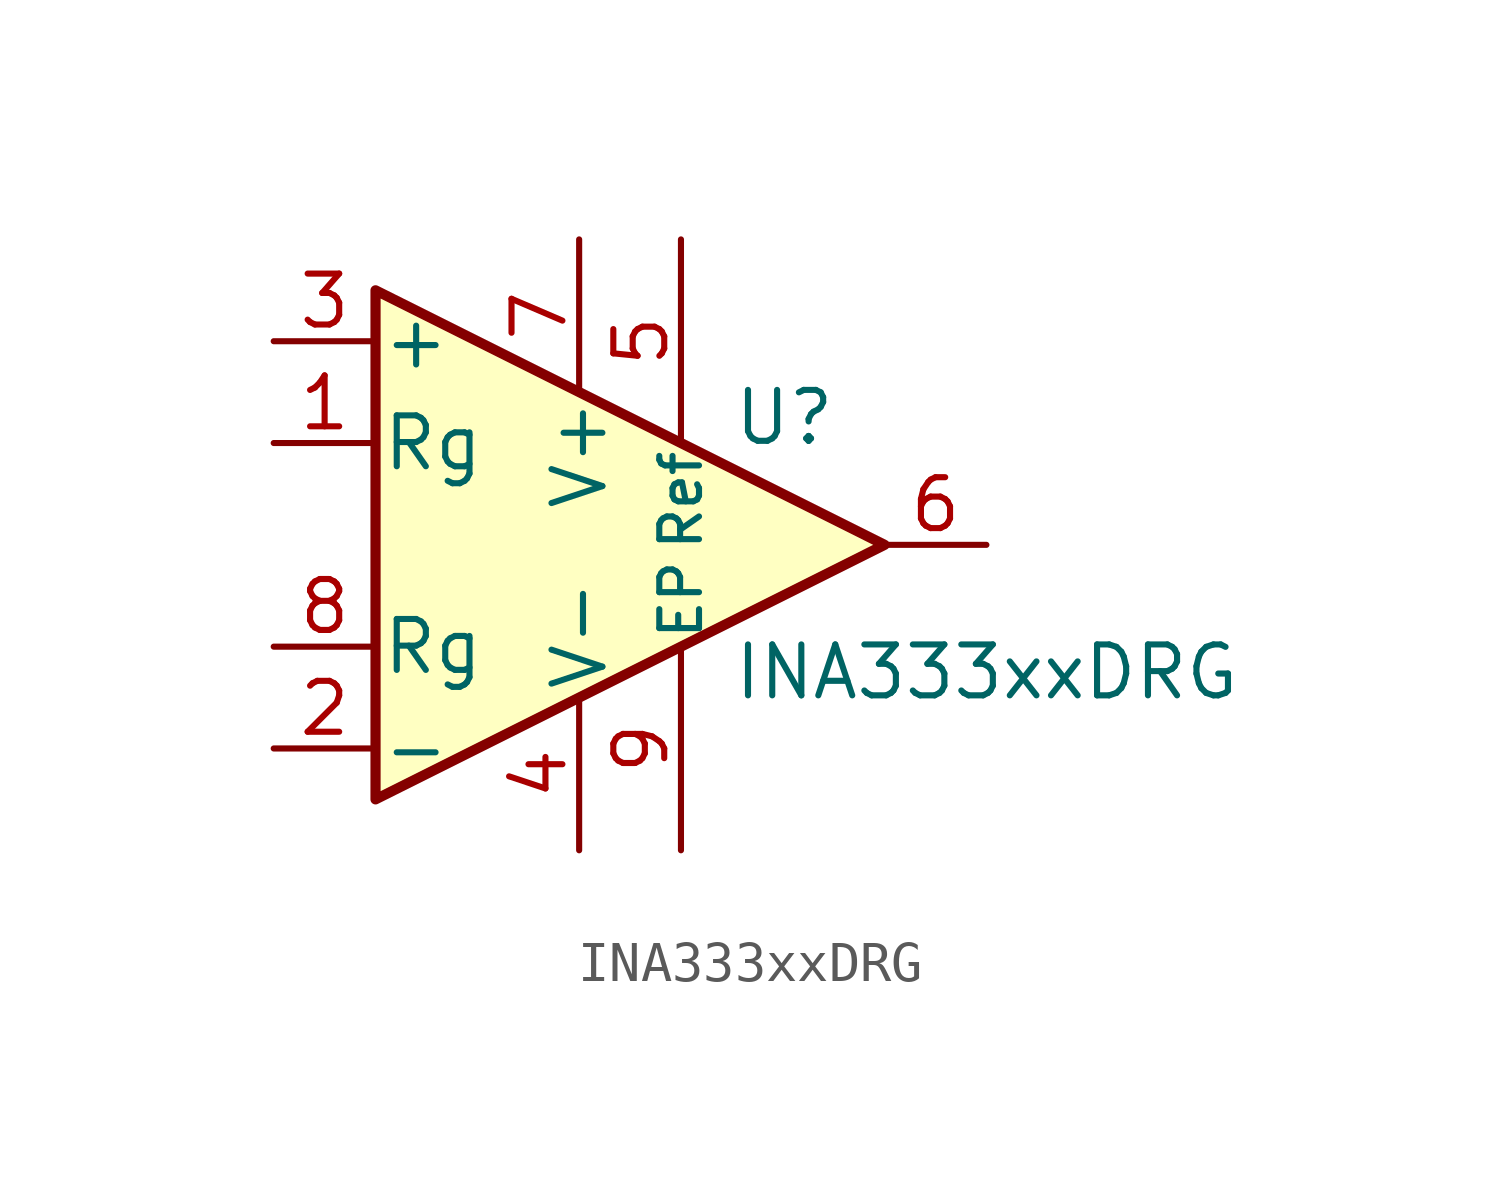
<source format=kicad_sym>
(kicad_symbol_lib
  (version 20201005)
  (generator kicad_symbol_editor)
  (symbol "INA333xxDRG"
    (pin_names
      (offset 0.127))
    (property "Reference" "U"
      (at 3.81 3.175 0)
      (effects (font (size 1.27 1.27)) (justify left)))
    (property "Value" "INA333xxDRG"
      (at 3.81 -3.175 0)
      (effects (font (size 1.27 1.27)) (justify left)))
    (symbol "INA333xxDRG_0_1"
      (polyline (pts (xy 7.62 0) (xy -5.08 6.35) (xy -5.08 -6.35) (xy 7.62 0)) (stroke (width 0.254)) (fill (type background))))
    (symbol "INA333xxDRG_1_1"
      (pin passive line (at -7.62 2.54 0) (length 2.54) (name "Rg" (effects (font (size 1.27 1.27)))) (number "1" (effects (font (size 1.27 1.27)))))
      (pin input line (at -7.62 -5.08 0) (length 2.54) (name "-" (effects (font (size 1.27 1.27)))) (number "2" (effects (font (size 1.27 1.27)))))
      (pin input line (at -7.62 5.08 0) (length 2.54) (name "+" (effects (font (size 1.27 1.27)))) (number "3" (effects (font (size 1.27 1.27)))))
      (pin power_in line (at 0 -7.62 90) (length 3.81) (name "V-" (effects (font (size 1.27 1.27)))) (number "4" (effects (font (size 1.27 1.27)))))
      (pin input line (at 2.54 7.62 270) (length 5.08) (name "Ref" (effects (font (size 0.991 0.991)))) (number "5" (effects (font (size 1.27 1.27)))))
      (pin output line (at 10.16 0 180) (length 2.54) (name "~" (effects (font (size 1.27 1.27)))) (number "6" (effects (font (size 1.27 1.27)))))
      (pin power_in line (at 0 7.62 270) (length 3.81) (name "V+" (effects (font (size 1.27 1.27)))) (number "7" (effects (font (size 1.27 1.27)))))
      (pin passive line (at -7.62 -2.54 0) (length 2.54) (name "Rg" (effects (font (size 1.27 1.27)))) (number "8" (effects (font (size 1.27 1.27)))))
      (pin passive line (at 2.54 -7.62 90) (length 5.08) (name "EP" (effects (font (size 0.991 0.991)))) (number "9" (effects (font (size 1.27 1.27))))))))
</source>
